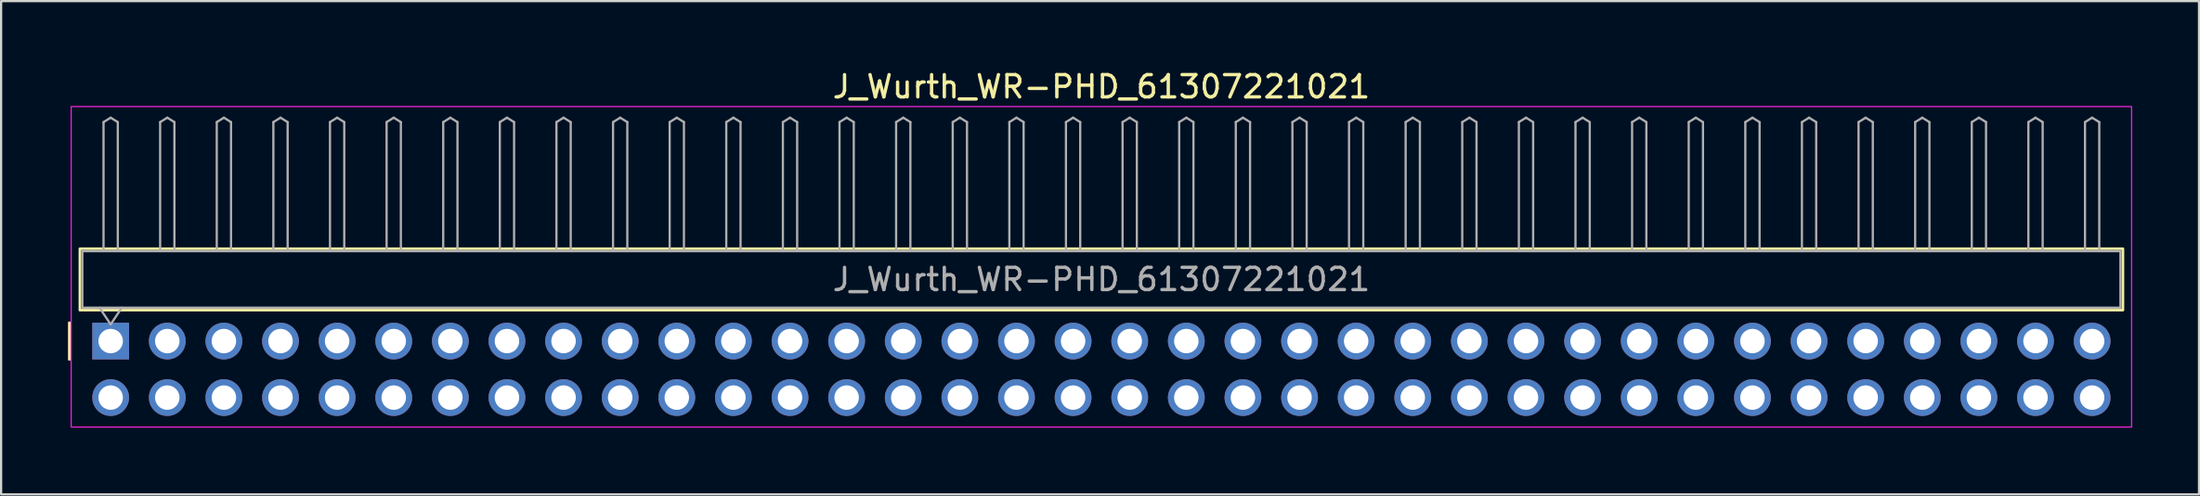
<source format=kicad_pcb>
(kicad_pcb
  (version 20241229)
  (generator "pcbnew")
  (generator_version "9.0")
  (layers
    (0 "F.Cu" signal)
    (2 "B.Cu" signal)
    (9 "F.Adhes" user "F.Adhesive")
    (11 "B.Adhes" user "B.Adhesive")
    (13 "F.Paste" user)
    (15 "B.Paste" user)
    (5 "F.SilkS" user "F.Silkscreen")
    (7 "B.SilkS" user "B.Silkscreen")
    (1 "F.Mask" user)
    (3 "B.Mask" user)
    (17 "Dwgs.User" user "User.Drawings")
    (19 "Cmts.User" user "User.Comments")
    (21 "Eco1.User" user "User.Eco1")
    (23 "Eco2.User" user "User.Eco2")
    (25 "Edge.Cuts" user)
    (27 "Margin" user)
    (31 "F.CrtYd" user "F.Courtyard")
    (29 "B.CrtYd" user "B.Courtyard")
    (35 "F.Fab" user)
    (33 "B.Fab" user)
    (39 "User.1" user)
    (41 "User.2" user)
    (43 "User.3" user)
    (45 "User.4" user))
  (footprint "J_Wurth_WR-PHD_61307221021"
    (layer "F.Cu")
    (at 1.915 12.278)
    (property "Reference" "J_Wurth_WR-PHD_61307221021" (at 44.45 -11.43 0) (unlocked yes) (layer "F.SilkS") (effects (font (size 1 1) (thickness 0.15))))
    (attr through_hole)
    (fp_line (start -1.855 -0.825) (end -1.855 0.825) (stroke (width 0.12) (type solid)) (layer "F.SilkS"))
    (fp_rect (start -1.38 -4.15) (end 90.28 -1.39) (stroke (width 0.12) (type solid)) (fill no) (layer "F.SilkS"))
    (fp_rect (start -1.77 -10.54) (end 90.67 3.865) (stroke (width 0.05) (type solid)) (fill no) (layer "F.CrtYd"))
    (fp_line (start -0.32 -9.84) (end -0.32 -4.04) (stroke (width 0.1) (type solid)) (layer "F.Fab"))
    (fp_line (start 0 -10.04) (end -0.32 -9.84) (stroke (width 0.1) (type solid)) (layer "F.Fab"))
    (fp_line (start 0 -0.75) (end -0.5 -1.5) (stroke (width 0.1) (type solid)) (layer "F.Fab"))
    (fp_line (start 0 -0.75) (end 0.5 -1.5) (stroke (width 0.1) (type solid)) (layer "F.Fab"))
    (fp_line (start 0.32 -9.84) (end 0 -10.04) (stroke (width 0.1) (type default)) (layer "F.Fab"))
    (fp_line (start 0.32 -4.04) (end 0.32 -9.84) (stroke (width 0.1) (type solid)) (layer "F.Fab"))
    (fp_line (start 2.22 -9.84) (end 2.22 -4.04) (stroke (width 0.1) (type solid)) (layer "F.Fab"))
    (fp_line (start 2.54 -10.04) (end 2.22 -9.84) (stroke (width 0.1) (type solid)) (layer "F.Fab"))
    (fp_line (start 2.86 -9.84) (end 2.54 -10.04) (stroke (width 0.1) (type default)) (layer "F.Fab"))
    (fp_line (start 2.86 -4.04) (end 2.86 -9.84) (stroke (width 0.1) (type solid)) (layer "F.Fab"))
    (fp_line (start 4.76 -9.84) (end 4.76 -4.04) (stroke (width 0.1) (type solid)) (layer "F.Fab"))
    (fp_line (start 5.08 -10.04) (end 4.76 -9.84) (stroke (width 0.1) (type solid)) (layer "F.Fab"))
    (fp_line (start 5.4 -9.84) (end 5.08 -10.04) (stroke (width 0.1) (type default)) (layer "F.Fab"))
    (fp_line (start 5.4 -4.04) (end 5.4 -9.84) (stroke (width 0.1) (type solid)) (layer "F.Fab"))
    (fp_line (start 7.3 -9.84) (end 7.3 -4.04) (stroke (width 0.1) (type solid)) (layer "F.Fab"))
    (fp_line (start 7.62 -10.04) (end 7.3 -9.84) (stroke (width 0.1) (type solid)) (layer "F.Fab"))
    (fp_line (start 7.94 -9.84) (end 7.62 -10.04) (stroke (width 0.1) (type default)) (layer "F.Fab"))
    (fp_line (start 7.94 -4.04) (end 7.94 -9.84) (stroke (width 0.1) (type solid)) (layer "F.Fab"))
    (fp_line (start 9.84 -9.84) (end 9.84 -4.04) (stroke (width 0.1) (type solid)) (layer "F.Fab"))
    (fp_line (start 10.16 -10.04) (end 9.84 -9.84) (stroke (width 0.1) (type solid)) (layer "F.Fab"))
    (fp_line (start 10.48 -9.84) (end 10.16 -10.04) (stroke (width 0.1) (type solid)) (layer "F.Fab"))
    (fp_line (start 10.48 -4.04) (end 10.48 -9.84) (stroke (width 0.1) (type solid)) (layer "F.Fab"))
    (fp_line (start 12.38 -9.84) (end 12.38 -4.04) (stroke (width 0.1) (type solid)) (layer "F.Fab"))
    (fp_line (start 12.7 -10.04) (end 12.38 -9.84) (stroke (width 0.1) (type solid)) (layer "F.Fab"))
    (fp_line (start 13.02 -9.84) (end 12.7 -10.04) (stroke (width 0.1) (type solid)) (layer "F.Fab"))
    (fp_line (start 13.02 -4.04) (end 13.02 -9.84) (stroke (width 0.1) (type solid)) (layer "F.Fab"))
    (fp_line (start 14.92 -9.84) (end 14.92 -4.04) (stroke (width 0.1) (type solid)) (layer "F.Fab"))
    (fp_line (start 15.24 -10.04) (end 14.92 -9.84) (stroke (width 0.1) (type solid)) (layer "F.Fab"))
    (fp_line (start 15.56 -9.84) (end 15.24 -10.04) (stroke (width 0.1) (type solid)) (layer "F.Fab"))
    (fp_line (start 15.56 -4.04) (end 15.56 -9.84) (stroke (width 0.1) (type solid)) (layer "F.Fab"))
    (fp_line (start 17.46 -9.84) (end 17.46 -4.04) (stroke (width 0.1) (type solid)) (layer "F.Fab"))
    (fp_line (start 17.78 -10.04) (end 17.46 -9.84) (stroke (width 0.1) (type solid)) (layer "F.Fab"))
    (fp_line (start 17.78 -10.04) (end 18.1 -9.84) (stroke (width 0.1) (type solid)) (layer "F.Fab"))
    (fp_line (start 18.1 -4.04) (end 18.1 -9.84) (stroke (width 0.1) (type solid)) (layer "F.Fab"))
    (fp_line (start 20 -9.84) (end 20 -4.04) (stroke (width 0.1) (type solid)) (layer "F.Fab"))
    (fp_line (start 20.32 -10.04) (end 20 -9.84) (stroke (width 0.1) (type solid)) (layer "F.Fab"))
    (fp_line (start 20.32 -10.04) (end 20.64 -9.84) (stroke (width 0.1) (type solid)) (layer "F.Fab"))
    (fp_line (start 20.64 -4.04) (end 20.64 -9.84) (stroke (width 0.1) (type solid)) (layer "F.Fab"))
    (fp_line (start 22.54 -9.84) (end 22.54 -4.04) (stroke (width 0.1) (type solid)) (layer "F.Fab"))
    (fp_line (start 22.86 -10.04) (end 22.54 -9.84) (stroke (width 0.1) (type solid)) (layer "F.Fab"))
    (fp_line (start 22.86 -10.04) (end 23.18 -9.84) (stroke (width 0.1) (type solid)) (layer "F.Fab"))
    (fp_line (start 23.18 -4.04) (end 23.18 -9.84) (stroke (width 0.1) (type solid)) (layer "F.Fab"))
    (fp_line (start 25.08 -9.84) (end 25.08 -4.04) (stroke (width 0.1) (type solid)) (layer "F.Fab"))
    (fp_line (start 25.4 -10.04) (end 25.08 -9.84) (stroke (width 0.1) (type solid)) (layer "F.Fab"))
    (fp_line (start 25.4 -10.04) (end 25.72 -9.84) (stroke (width 0.1) (type solid)) (layer "F.Fab"))
    (fp_line (start 25.72 -4.04) (end 25.72 -9.84) (stroke (width 0.1) (type solid)) (layer "F.Fab"))
    (fp_line (start 27.62 -9.84) (end 27.62 -4.04) (stroke (width 0.1) (type solid)) (layer "F.Fab"))
    (fp_line (start 27.94 -10.04) (end 27.62 -9.84) (stroke (width 0.1) (type solid)) (layer "F.Fab"))
    (fp_line (start 27.94 -10.04) (end 28.26 -9.84) (stroke (width 0.1) (type solid)) (layer "F.Fab"))
    (fp_line (start 28.26 -4.04) (end 28.26 -9.84) (stroke (width 0.1) (type solid)) (layer "F.Fab"))
    (fp_line (start 30.16 -9.84) (end 30.16 -4.04) (stroke (width 0.1) (type solid)) (layer "F.Fab"))
    (fp_line (start 30.48 -10.04) (end 30.16 -9.84) (stroke (width 0.1) (type solid)) (layer "F.Fab"))
    (fp_line (start 30.48 -10.04) (end 30.8 -9.84) (stroke (width 0.1) (type solid)) (layer "F.Fab"))
    (fp_line (start 30.8 -4.04) (end 30.8 -9.84) (stroke (width 0.1) (type solid)) (layer "F.Fab"))
    (fp_line (start 32.7 -9.84) (end 32.7 -4.04) (stroke (width 0.1) (type solid)) (layer "F.Fab"))
    (fp_line (start 33.02 -10.04) (end 32.7 -9.84) (stroke (width 0.1) (type solid)) (layer "F.Fab"))
    (fp_line (start 33.02 -10.04) (end 33.34 -9.84) (stroke (width 0.1) (type solid)) (layer "F.Fab"))
    (fp_line (start 33.34 -4.04) (end 33.34 -9.84) (stroke (width 0.1) (type solid)) (layer "F.Fab"))
    (fp_line (start 35.24 -9.84) (end 35.24 -4.04) (stroke (width 0.1) (type solid)) (layer "F.Fab"))
    (fp_line (start 35.56 -10.04) (end 35.24 -9.84) (stroke (width 0.1) (type solid)) (layer "F.Fab"))
    (fp_line (start 35.56 -10.04) (end 35.88 -9.84) (stroke (width 0.1) (type solid)) (layer "F.Fab"))
    (fp_line (start 35.88 -4.04) (end 35.88 -9.84) (stroke (width 0.1) (type solid)) (layer "F.Fab"))
    (fp_line (start 37.78 -9.84) (end 37.78 -4.04) (stroke (width 0.1) (type solid)) (layer "F.Fab"))
    (fp_line (start 38.1 -10.04) (end 37.78 -9.84) (stroke (width 0.1) (type solid)) (layer "F.Fab"))
    (fp_line (start 38.1 -10.04) (end 38.42 -9.84) (stroke (width 0.1) (type solid)) (layer "F.Fab"))
    (fp_line (start 38.42 -4.04) (end 38.42 -9.84) (stroke (width 0.1) (type solid)) (layer "F.Fab"))
    (fp_line (start 40.32 -9.84) (end 40.32 -4.04) (stroke (width 0.1) (type solid)) (layer "F.Fab"))
    (fp_line (start 40.64 -10.04) (end 40.32 -9.84) (stroke (width 0.1) (type solid)) (layer "F.Fab"))
    (fp_line (start 40.64 -10.04) (end 40.96 -9.84) (stroke (width 0.1) (type solid)) (layer "F.Fab"))
    (fp_line (start 40.96 -4.04) (end 40.96 -9.84) (stroke (width 0.1) (type solid)) (layer "F.Fab"))
    (fp_line (start 42.86 -9.84) (end 42.86 -4.04) (stroke (width 0.1) (type solid)) (layer "F.Fab"))
    (fp_line (start 43.18 -10.04) (end 42.86 -9.84) (stroke (width 0.1) (type solid)) (layer "F.Fab"))
    (fp_line (start 43.18 -10.04) (end 43.5 -9.84) (stroke (width 0.1) (type solid)) (layer "F.Fab"))
    (fp_line (start 43.5 -4.04) (end 43.5 -9.84) (stroke (width 0.1) (type solid)) (layer "F.Fab"))
    (fp_line (start 45.4 -9.84) (end 45.4 -4.04) (stroke (width 0.1) (type solid)) (layer "F.Fab"))
    (fp_line (start 45.72 -10.04) (end 45.4 -9.84) (stroke (width 0.1) (type solid)) (layer "F.Fab"))
    (fp_line (start 45.72 -10.04) (end 46.04 -9.84) (stroke (width 0.1) (type solid)) (layer "F.Fab"))
    (fp_line (start 46.04 -4.04) (end 46.04 -9.84) (stroke (width 0.1) (type solid)) (layer "F.Fab"))
    (fp_line (start 47.94 -9.84) (end 47.94 -4.04) (stroke (width 0.1) (type solid)) (layer "F.Fab"))
    (fp_line (start 48.26 -10.04) (end 47.94 -9.84) (stroke (width 0.1) (type solid)) (layer "F.Fab"))
    (fp_line (start 48.58 -9.84) (end 48.26 -10.04) (stroke (width 0.1) (type solid)) (layer "F.Fab"))
    (fp_line (start 48.58 -4.04) (end 48.58 -9.84) (stroke (width 0.1) (type solid)) (layer "F.Fab"))
    (fp_line (start 50.48 -9.84) (end 50.48 -4.04) (stroke (width 0.1) (type solid)) (layer "F.Fab"))
    (fp_line (start 50.8 -10.04) (end 50.48 -9.84) (stroke (width 0.1) (type solid)) (layer "F.Fab"))
    (fp_line (start 51.12 -9.84) (end 50.8 -10.04) (stroke (width 0.1) (type solid)) (layer "F.Fab"))
    (fp_line (start 51.12 -4.04) (end 51.12 -9.84) (stroke (width 0.1) (type solid)) (layer "F.Fab"))
    (fp_line (start 53.02 -9.84) (end 53.02 -4.04) (stroke (width 0.1) (type solid)) (layer "F.Fab"))
    (fp_line (start 53.34 -10.04) (end 53.02 -9.84) (stroke (width 0.1) (type solid)) (layer "F.Fab"))
    (fp_line (start 53.66 -9.84) (end 53.34 -10.04) (stroke (width 0.1) (type solid)) (layer "F.Fab"))
    (fp_line (start 53.66 -4.04) (end 53.66 -9.84) (stroke (width 0.1) (type solid)) (layer "F.Fab"))
    (fp_line (start 55.56 -9.84) (end 55.56 -4.04) (stroke (width 0.1) (type solid)) (layer "F.Fab"))
    (fp_line (start 55.88 -10.04) (end 55.56 -9.84) (stroke (width 0.1) (type solid)) (layer "F.Fab"))
    (fp_line (start 56.2 -9.84) (end 55.88 -10.04) (stroke (width 0.1) (type solid)) (layer "F.Fab"))
    (fp_line (start 56.2 -4.04) (end 56.2 -9.84) (stroke (width 0.1) (type solid)) (layer "F.Fab"))
    (fp_line (start 58.1 -9.84) (end 58.1 -4.04) (stroke (width 0.1) (type solid)) (layer "F.Fab"))
    (fp_line (start 58.42 -10.04) (end 58.1 -9.84) (stroke (width 0.1) (type solid)) (layer "F.Fab"))
    (fp_line (start 58.74 -9.84) (end 58.42 -10.04) (stroke (width 0.1) (type solid)) (layer "F.Fab"))
    (fp_line (start 58.74 -4.04) (end 58.74 -9.84) (stroke (width 0.1) (type solid)) (layer "F.Fab"))
    (fp_line (start 60.64 -9.84) (end 60.64 -4.04) (stroke (width 0.1) (type solid)) (layer "F.Fab"))
    (fp_line (start 60.96 -10.04) (end 60.64 -9.84) (stroke (width 0.1) (type solid)) (layer "F.Fab"))
    (fp_line (start 61.28 -9.84) (end 60.96 -10.04) (stroke (width 0.1) (type solid)) (layer "F.Fab"))
    (fp_line (start 61.28 -4.04) (end 61.28 -9.84) (stroke (width 0.1) (type solid)) (layer "F.Fab"))
    (fp_line (start 63.18 -9.84) (end 63.18 -4.04) (stroke (width 0.1) (type solid)) (layer "F.Fab"))
    (fp_line (start 63.5 -10.04) (end 63.18 -9.84) (stroke (width 0.1) (type solid)) (layer "F.Fab"))
    (fp_line (start 63.82 -9.84) (end 63.5 -10.04) (stroke (width 0.1) (type solid)) (layer "F.Fab"))
    (fp_line (start 63.82 -4.04) (end 63.82 -9.84) (stroke (width 0.1) (type solid)) (layer "F.Fab"))
    (fp_line (start 65.72 -9.84) (end 65.72 -4.04) (stroke (width 0.1) (type solid)) (layer "F.Fab"))
    (fp_line (start 66.04 -10.04) (end 65.72 -9.84) (stroke (width 0.1) (type solid)) (layer "F.Fab"))
    (fp_line (start 66.36 -9.84) (end 66.04 -10.04) (stroke (width 0.1) (type solid)) (layer "F.Fab"))
    (fp_line (start 66.36 -4.04) (end 66.36 -9.84) (stroke (width 0.1) (type solid)) (layer "F.Fab"))
    (fp_line (start 68.26 -9.84) (end 68.26 -4.04) (stroke (width 0.1) (type solid)) (layer "F.Fab"))
    (fp_line (start 68.58 -10.04) (end 68.26 -9.84) (stroke (width 0.1) (type solid)) (layer "F.Fab"))
    (fp_line (start 68.9 -9.84) (end 68.58 -10.04) (stroke (width 0.1) (type solid)) (layer "F.Fab"))
    (fp_line (start 68.9 -4.04) (end 68.9 -9.84) (stroke (width 0.1) (type solid)) (layer "F.Fab"))
    (fp_line (start 70.8 -9.84) (end 70.8 -4.04) (stroke (width 0.1) (type solid)) (layer "F.Fab"))
    (fp_line (start 71.12 -10.04) (end 70.8 -9.84) (stroke (width 0.1) (type solid)) (layer "F.Fab"))
    (fp_line (start 71.44 -9.84) (end 71.12 -10.04) (stroke (width 0.1) (type solid)) (layer "F.Fab"))
    (fp_line (start 71.44 -4.04) (end 71.44 -9.84) (stroke (width 0.1) (type solid)) (layer "F.Fab"))
    (fp_line (start 73.34 -9.84) (end 73.34 -4.04) (stroke (width 0.1) (type solid)) (layer "F.Fab"))
    (fp_line (start 73.66 -10.04) (end 73.34 -9.84) (stroke (width 0.1) (type solid)) (layer "F.Fab"))
    (fp_line (start 73.98 -9.84) (end 73.66 -10.04) (stroke (width 0.1) (type solid)) (layer "F.Fab"))
    (fp_line (start 73.98 -4.04) (end 73.98 -9.84) (stroke (width 0.1) (type solid)) (layer "F.Fab"))
    (fp_line (start 75.88 -9.84) (end 75.88 -4.04) (stroke (width 0.1) (type solid)) (layer "F.Fab"))
    (fp_line (start 76.2 -10.04) (end 75.88 -9.84) (stroke (width 0.1) (type solid)) (layer "F.Fab"))
    (fp_line (start 76.52 -9.84) (end 76.2 -10.04) (stroke (width 0.1) (type solid)) (layer "F.Fab"))
    (fp_line (start 76.52 -4.04) (end 76.52 -9.84) (stroke (width 0.1) (type solid)) (layer "F.Fab"))
    (fp_line (start 78.42 -9.84) (end 78.42 -4.04) (stroke (width 0.1) (type solid)) (layer "F.Fab"))
    (fp_line (start 78.74 -10.04) (end 78.42 -9.84) (stroke (width 0.1) (type solid)) (layer "F.Fab"))
    (fp_line (start 79.06 -9.84) (end 78.74 -10.04) (stroke (width 0.1) (type solid)) (layer "F.Fab"))
    (fp_line (start 79.06 -4.04) (end 79.06 -9.84) (stroke (width 0.1) (type solid)) (layer "F.Fab"))
    (fp_line (start 80.96 -9.84) (end 80.96 -4.04) (stroke (width 0.1) (type solid)) (layer "F.Fab"))
    (fp_line (start 81.28 -10.04) (end 80.96 -9.84) (stroke (width 0.1) (type solid)) (layer "F.Fab"))
    (fp_line (start 81.6 -9.84) (end 81.28 -10.04) (stroke (width 0.1) (type solid)) (layer "F.Fab"))
    (fp_line (start 81.6 -4.04) (end 81.6 -9.84) (stroke (width 0.1) (type solid)) (layer "F.Fab"))
    (fp_line (start 83.5 -9.84) (end 83.5 -4.04) (stroke (width 0.1) (type solid)) (layer "F.Fab"))
    (fp_line (start 83.82 -10.04) (end 83.5 -9.84) (stroke (width 0.1) (type solid)) (layer "F.Fab"))
    (fp_line (start 84.14 -9.84) (end 83.82 -10.04) (stroke (width 0.1) (type solid)) (layer "F.Fab"))
    (fp_line (start 84.14 -4.04) (end 84.14 -9.84) (stroke (width 0.1) (type solid)) (layer "F.Fab"))
    (fp_line (start 86.04 -9.84) (end 86.04 -4.04) (stroke (width 0.1) (type solid)) (layer "F.Fab"))
    (fp_line (start 86.36 -10.04) (end 86.04 -9.84) (stroke (width 0.1) (type solid)) (layer "F.Fab"))
    (fp_line (start 86.68 -9.84) (end 86.36 -10.04) (stroke (width 0.1) (type solid)) (layer "F.Fab"))
    (fp_line (start 86.68 -4.04) (end 86.68 -9.84) (stroke (width 0.1) (type solid)) (layer "F.Fab"))
    (fp_line (start 88.58 -9.84) (end 88.58 -4.04) (stroke (width 0.1) (type solid)) (layer "F.Fab"))
    (fp_line (start 88.9 -10.04) (end 88.58 -9.84) (stroke (width 0.1) (type solid)) (layer "F.Fab"))
    (fp_line (start 89.22 -9.84) (end 88.9 -10.04) (stroke (width 0.1) (type solid)) (layer "F.Fab"))
    (fp_line (start 89.22 -4.04) (end 89.22 -9.84) (stroke (width 0.1) (type solid)) (layer "F.Fab"))
    (fp_rect (start -1.27 -4.04) (end 90.17 -1.5) (stroke (width 0.1) (type solid)) (fill no) (layer "F.Fab"))
    (fp_text user "${REFERENCE}" (at 44.45 -2.77 0) (unlocked yes) (layer "F.Fab") (effects (font (size 1 1) (thickness 0.15))))
    (pad "1" thru_hole rect (at 0 0 180) (size 1.65 1.65) (drill 1.1) (layers "*.Cu" "*.Mask"))
    (pad "2" thru_hole circle (at 0 2.54 180) (size 1.65 1.65) (drill 1.1) (layers "*.Cu" "*.Mask"))
    (pad "3" thru_hole circle (at 2.54 0 180) (size 1.65 1.65) (drill 1.1) (layers "*.Cu" "*.Mask"))
    (pad "4" thru_hole circle (at 2.54 2.54 180) (size 1.65 1.65) (drill 1.1) (layers "*.Cu" "*.Mask"))
    (pad "5" thru_hole circle (at 5.08 0 180) (size 1.65 1.65) (drill 1.1) (layers "*.Cu" "*.Mask"))
    (pad "6" thru_hole circle (at 5.08 2.54 180) (size 1.65 1.65) (drill 1.1) (layers "*.Cu" "*.Mask"))
    (pad "7" thru_hole circle (at 7.62 0 180) (size 1.65 1.65) (drill 1.1) (layers "*.Cu" "*.Mask"))
    (pad "8" thru_hole circle (at 7.62 2.54 180) (size 1.65 1.65) (drill 1.1) (layers "*.Cu" "*.Mask"))
    (pad "9" thru_hole circle (at 10.16 0 180) (size 1.65 1.65) (drill 1.1) (layers "*.Cu" "*.Mask"))
    (pad "10" thru_hole circle (at 10.16 2.54 180) (size 1.65 1.65) (drill 1.1) (layers "*.Cu" "*.Mask"))
    (pad "11" thru_hole circle (at 12.7 0 180) (size 1.65 1.65) (drill 1.1) (layers "*.Cu" "*.Mask"))
    (pad "12" thru_hole circle (at 12.7 2.54 180) (size 1.65 1.65) (drill 1.1) (layers "*.Cu" "*.Mask"))
    (pad "13" thru_hole circle (at 15.24 0 180) (size 1.65 1.65) (drill 1.1) (layers "*.Cu" "*.Mask"))
    (pad "14" thru_hole circle (at 15.24 2.54 180) (size 1.65 1.65) (drill 1.1) (layers "*.Cu" "*.Mask"))
    (pad "15" thru_hole circle (at 17.78 0 180) (size 1.65 1.65) (drill 1.1) (layers "*.Cu" "*.Mask"))
    (pad "16" thru_hole circle (at 17.78 2.54 180) (size 1.65 1.65) (drill 1.1) (layers "*.Cu" "*.Mask"))
    (pad "17" thru_hole circle (at 20.32 0 180) (size 1.65 1.65) (drill 1.1) (layers "*.Cu" "*.Mask"))
    (pad "18" thru_hole circle (at 20.32 2.54 180) (size 1.65 1.65) (drill 1.1) (layers "*.Cu" "*.Mask"))
    (pad "19" thru_hole circle (at 22.86 0 180) (size 1.65 1.65) (drill 1.1) (layers "*.Cu" "*.Mask"))
    (pad "20" thru_hole circle (at 22.86 2.54 180) (size 1.65 1.65) (drill 1.1) (layers "*.Cu" "*.Mask"))
    (pad "21" thru_hole circle (at 25.4 0 180) (size 1.65 1.65) (drill 1.1) (layers "*.Cu" "*.Mask"))
    (pad "22" thru_hole circle (at 25.4 2.54 180) (size 1.65 1.65) (drill 1.1) (layers "*.Cu" "*.Mask"))
    (pad "23" thru_hole circle (at 27.94 0 180) (size 1.65 1.65) (drill 1.1) (layers "*.Cu" "*.Mask"))
    (pad "24" thru_hole circle (at 27.94 2.54 180) (size 1.65 1.65) (drill 1.1) (layers "*.Cu" "*.Mask"))
    (pad "25" thru_hole circle (at 30.48 0 180) (size 1.65 1.65) (drill 1.1) (layers "*.Cu" "*.Mask"))
    (pad "26" thru_hole circle (at 30.48 2.54 180) (size 1.65 1.65) (drill 1.1) (layers "*.Cu" "*.Mask"))
    (pad "27" thru_hole circle (at 33.02 0 180) (size 1.65 1.65) (drill 1.1) (layers "*.Cu" "*.Mask"))
    (pad "28" thru_hole circle (at 33.02 2.54 180) (size 1.65 1.65) (drill 1.1) (layers "*.Cu" "*.Mask"))
    (pad "29" thru_hole circle (at 35.56 0 180) (size 1.65 1.65) (drill 1.1) (layers "*.Cu" "*.Mask"))
    (pad "30" thru_hole circle (at 35.56 2.54 180) (size 1.65 1.65) (drill 1.1) (layers "*.Cu" "*.Mask"))
    (pad "31" thru_hole circle (at 38.1 0 180) (size 1.65 1.65) (drill 1.1) (layers "*.Cu" "*.Mask"))
    (pad "32" thru_hole circle (at 38.1 2.54 180) (size 1.65 1.65) (drill 1.1) (layers "*.Cu" "*.Mask"))
    (pad "33" thru_hole circle (at 40.64 0 180) (size 1.65 1.65) (drill 1.1) (layers "*.Cu" "*.Mask"))
    (pad "34" thru_hole circle (at 40.64 2.54 180) (size 1.65 1.65) (drill 1.1) (layers "*.Cu" "*.Mask"))
    (pad "35" thru_hole circle (at 43.18 0 180) (size 1.65 1.65) (drill 1.1) (layers "*.Cu" "*.Mask"))
    (pad "36" thru_hole circle (at 43.18 2.54 180) (size 1.65 1.65) (drill 1.1) (layers "*.Cu" "*.Mask"))
    (pad "37" thru_hole circle (at 45.72 0 180) (size 1.65 1.65) (drill 1.1) (layers "*.Cu" "*.Mask"))
    (pad "38" thru_hole circle (at 45.72 2.54 180) (size 1.65 1.65) (drill 1.1) (layers "*.Cu" "*.Mask"))
    (pad "39" thru_hole circle (at 48.26 0 180) (size 1.65 1.65) (drill 1.1) (layers "*.Cu" "*.Mask"))
    (pad "40" thru_hole circle (at 48.26 2.54 180) (size 1.65 1.65) (drill 1.1) (layers "*.Cu" "*.Mask"))
    (pad "41" thru_hole circle (at 50.8 0 180) (size 1.65 1.65) (drill 1.1) (layers "*.Cu" "*.Mask"))
    (pad "42" thru_hole circle (at 50.8 2.54 180) (size 1.65 1.65) (drill 1.1) (layers "*.Cu" "*.Mask"))
    (pad "43" thru_hole circle (at 53.34 0 180) (size 1.65 1.65) (drill 1.1) (layers "*.Cu" "*.Mask"))
    (pad "44" thru_hole circle (at 53.34 2.54 180) (size 1.65 1.65) (drill 1.1) (layers "*.Cu" "*.Mask"))
    (pad "45" thru_hole circle (at 55.88 0 180) (size 1.65 1.65) (drill 1.1) (layers "*.Cu" "*.Mask"))
    (pad "46" thru_hole circle (at 55.88 2.54 180) (size 1.65 1.65) (drill 1.1) (layers "*.Cu" "*.Mask"))
    (pad "47" thru_hole circle (at 58.42 0 180) (size 1.65 1.65) (drill 1.1) (layers "*.Cu" "*.Mask"))
    (pad "48" thru_hole circle (at 58.42 2.54 180) (size 1.65 1.65) (drill 1.1) (layers "*.Cu" "*.Mask"))
    (pad "49" thru_hole circle (at 60.96 0 180) (size 1.65 1.65) (drill 1.1) (layers "*.Cu" "*.Mask"))
    (pad "50" thru_hole circle (at 60.96 2.54 180) (size 1.65 1.65) (drill 1.1) (layers "*.Cu" "*.Mask"))
    (pad "51" thru_hole circle (at 63.5 0 180) (size 1.65 1.65) (drill 1.1) (layers "*.Cu" "*.Mask"))
    (pad "52" thru_hole circle (at 63.5 2.54 180) (size 1.65 1.65) (drill 1.1) (layers "*.Cu" "*.Mask"))
    (pad "53" thru_hole circle (at 66.04 0 180) (size 1.65 1.65) (drill 1.1) (layers "*.Cu" "*.Mask"))
    (pad "54" thru_hole circle (at 66.04 2.54 180) (size 1.65 1.65) (drill 1.1) (layers "*.Cu" "*.Mask"))
    (pad "55" thru_hole circle (at 68.58 0 180) (size 1.65 1.65) (drill 1.1) (layers "*.Cu" "*.Mask"))
    (pad "56" thru_hole circle (at 68.58 2.54 180) (size 1.65 1.65) (drill 1.1) (layers "*.Cu" "*.Mask"))
    (pad "57" thru_hole circle (at 71.12 0 180) (size 1.65 1.65) (drill 1.1) (layers "*.Cu" "*.Mask"))
    (pad "58" thru_hole circle (at 71.12 2.54 180) (size 1.65 1.65) (drill 1.1) (layers "*.Cu" "*.Mask"))
    (pad "59" thru_hole circle (at 73.66 0 180) (size 1.65 1.65) (drill 1.1) (layers "*.Cu" "*.Mask"))
    (pad "60" thru_hole circle (at 73.66 2.54 180) (size 1.65 1.65) (drill 1.1) (layers "*.Cu" "*.Mask"))
    (pad "61" thru_hole circle (at 76.2 0 180) (size 1.65 1.65) (drill 1.1) (layers "*.Cu" "*.Mask"))
    (pad "62" thru_hole circle (at 76.2 2.54 180) (size 1.65 1.65) (drill 1.1) (layers "*.Cu" "*.Mask"))
    (pad "63" thru_hole circle (at 78.74 0 180) (size 1.65 1.65) (drill 1.1) (layers "*.Cu" "*.Mask"))
    (pad "64" thru_hole circle (at 78.74 2.54 180) (size 1.65 1.65) (drill 1.1) (layers "*.Cu" "*.Mask"))
    (pad "65" thru_hole circle (at 81.28 0 180) (size 1.65 1.65) (drill 1.1) (layers "*.Cu" "*.Mask"))
    (pad "66" thru_hole circle (at 81.28 2.54 180) (size 1.65 1.65) (drill 1.1) (layers "*.Cu" "*.Mask"))
    (pad "67" thru_hole circle (at 83.82 0 180) (size 1.65 1.65) (drill 1.1) (layers "*.Cu" "*.Mask"))
    (pad "68" thru_hole circle (at 83.82 2.54 180) (size 1.65 1.65) (drill 1.1) (layers "*.Cu" "*.Mask"))
    (pad "69" thru_hole circle (at 86.36 0 180) (size 1.65 1.65) (drill 1.1) (layers "*.Cu" "*.Mask"))
    (pad "70" thru_hole circle (at 86.36 2.54 180) (size 1.65 1.65) (drill 1.1) (layers "*.Cu" "*.Mask"))
    (pad "71" thru_hole circle (at 88.9 0 180) (size 1.65 1.65) (drill 1.1) (layers "*.Cu" "*.Mask"))
    (pad "72" thru_hole circle (at 88.9 2.54 180) (size 1.65 1.65) (drill 1.1) (layers "*.Cu" "*.Mask")))
  (gr_rect
    (start -3 -3)
    (end 95.61 19.168)
    (stroke (width 0.1) (type default))
    (fill no)
    (layer "Edge.Cuts")))
</source>
